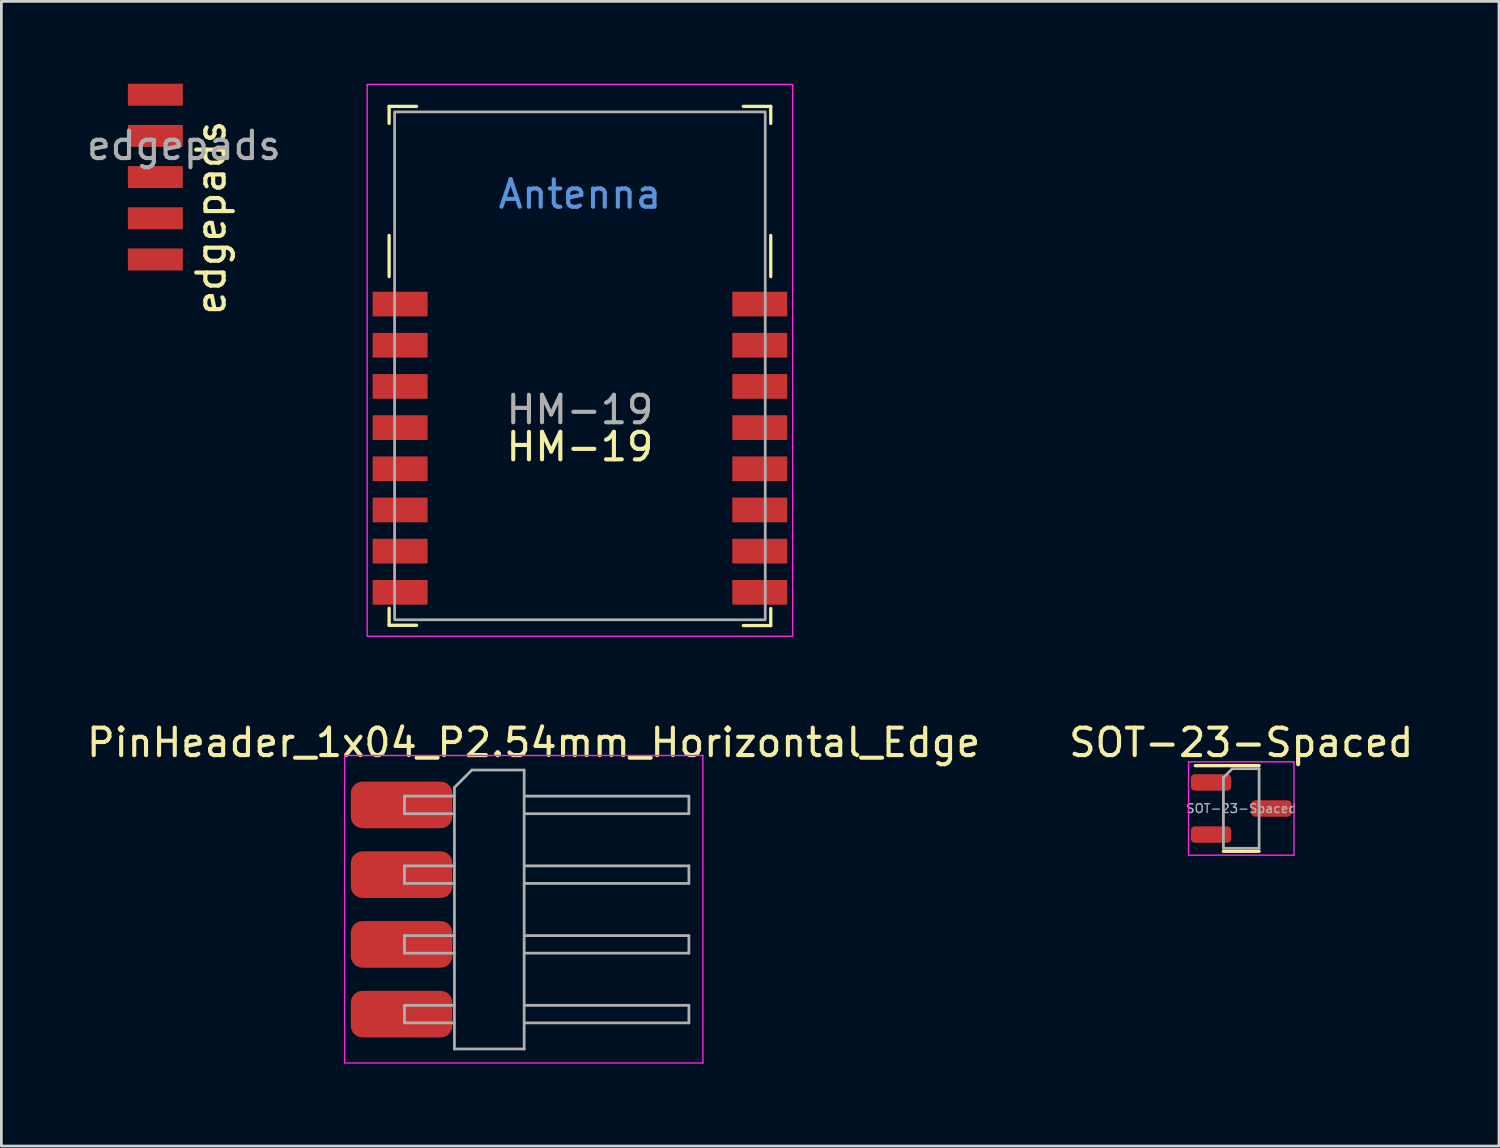
<source format=kicad_pcb>
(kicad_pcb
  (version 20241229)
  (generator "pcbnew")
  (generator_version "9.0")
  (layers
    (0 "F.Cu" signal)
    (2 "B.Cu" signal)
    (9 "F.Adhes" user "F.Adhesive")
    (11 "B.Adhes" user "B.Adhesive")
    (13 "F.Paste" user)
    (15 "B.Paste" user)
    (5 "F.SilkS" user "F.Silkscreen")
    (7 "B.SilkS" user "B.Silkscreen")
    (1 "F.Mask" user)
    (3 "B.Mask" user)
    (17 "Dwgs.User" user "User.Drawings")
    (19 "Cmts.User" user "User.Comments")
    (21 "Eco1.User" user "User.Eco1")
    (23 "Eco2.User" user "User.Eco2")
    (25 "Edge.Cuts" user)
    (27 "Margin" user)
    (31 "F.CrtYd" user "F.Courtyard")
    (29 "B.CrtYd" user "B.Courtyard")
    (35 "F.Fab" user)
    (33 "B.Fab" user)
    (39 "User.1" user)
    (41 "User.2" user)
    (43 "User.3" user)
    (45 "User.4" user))
  (footprint "edgepads"
    (layer "F.Cu")
    (at 2.609 3.352)
    (property "Reference" "edgepads" (at 2.032 1.524 90) (layer "F.SilkS") (effects (font (size 1 1) (thickness 0.15))))
    (attr smd)
    (fp_text user "${REFERENCE}" (at 1.04 -1.1 0) (layer "F.Fab") (effects (font (size 1 1) (thickness 0.15))))
    (pad "1" smd rect (at 0 -2.952) (size 2 0.8) (layers "F.Cu" "F.Mask"))
    (pad "2" smd rect (at 0 -1.452) (size 2 0.8) (layers "F.Cu" "F.Mask"))
    (pad "3" smd rect (at 0 0.048) (size 2 0.8) (layers "F.Cu" "F.Mask"))
    (pad "4" smd rect (at 0 1.548) (size 2 0.8) (layers "F.Cu" "F.Mask"))
    (pad "5" smd rect (at 0 3.048) (size 2 0.8) (layers "F.Cu" "F.Mask")))
  (footprint "HM-19"
    (layer "F.Cu")
    (at 18.073 13.225)
    (property "Reference" "HM-19" (at 0 0 180) (layer "F.SilkS") (effects (font (size 1 1) (thickness 0.15))))
    (attr smd)
    (fp_line (start -6.95 -11.78) (end -6.95 -12.4) (stroke (width 0.12) (type solid)) (layer "F.SilkS"))
    (fp_line (start -6.95 -7.7) (end -6.95 -6.2) (stroke (width 0.12) (type solid)) (layer "F.SilkS"))
    (fp_line (start -6.95 6.5) (end -6.95 5.88) (stroke (width 0.12) (type solid)) (layer "F.SilkS"))
    (fp_line (start -5.95 -12.4) (end -6.95 -12.4) (stroke (width 0.12) (type solid)) (layer "F.SilkS"))
    (fp_line (start -5.95 6.5) (end -6.95 6.5) (stroke (width 0.12) (type solid)) (layer "F.SilkS"))
    (fp_line (start 6.95 -12.4) (end 5.95 -12.4) (stroke (width 0.12) (type solid)) (layer "F.SilkS"))
    (fp_line (start 6.95 -12.4) (end 6.95 -11.78) (stroke (width 0.12) (type solid)) (layer "F.SilkS"))
    (fp_line (start 6.95 -7.7) (end 6.95 -6.2) (stroke (width 0.12) (type solid)) (layer "F.SilkS"))
    (fp_line (start 6.95 5.89) (end 6.95 6.51) (stroke (width 0.12) (type solid)) (layer "F.SilkS"))
    (fp_line (start 6.95 6.51) (end 5.95 6.51) (stroke (width 0.12) (type solid)) (layer "F.SilkS"))
    (fp_rect (start -7.75 6.9) (end 7.75 -13.2) (stroke (width 0.05) (type solid)) (fill no) (layer "F.CrtYd"))
    (fp_rect (start -6.75 -12.2) (end 6.75 6.3) (stroke (width 0.1) (type solid)) (fill no) (layer "F.Fab"))
    (fp_text user "Antenna" (at 0 -9.2 180) (layer "Cmts.User") (effects (font (size 1 1) (thickness 0.15))))
    (fp_text user "${REFERENCE}" (at 0 -1.35 0) (layer "F.Fab") (effects (font (size 1 1) (thickness 0.15))))
    (pad "1" smd rect (at -6.55 -5.2) (size 2 0.9) (layers "F.Cu" "F.Mask" "F.Paste"))
    (pad "2" smd rect (at -6.55 -3.7) (size 2 0.9) (layers "F.Cu" "F.Mask" "F.Paste"))
    (pad "3" smd rect (at -6.55 -2.2) (size 2 0.9) (layers "F.Cu" "F.Mask" "F.Paste"))
    (pad "4" smd rect (at -6.55 -0.7) (size 2 0.9) (layers "F.Cu" "F.Mask" "F.Paste"))
    (pad "5" smd rect (at -6.55 0.8) (size 2 0.9) (layers "F.Cu" "F.Mask" "F.Paste"))
    (pad "6" smd rect (at -6.55 2.3) (size 2 0.9) (layers "F.Cu" "F.Mask" "F.Paste"))
    (pad "7" smd rect (at -6.55 3.8) (size 2 0.9) (layers "F.Cu" "F.Mask" "F.Paste"))
    (pad "8" smd rect (at -6.55 5.3) (size 2 0.9) (layers "F.Cu" "F.Mask" "F.Paste"))
    (pad "9" smd rect (at 6.55 5.3) (size 2 0.9) (layers "F.Cu" "F.Mask" "F.Paste"))
    (pad "10" smd rect (at 6.55 3.8) (size 2 0.9) (layers "F.Cu" "F.Mask" "F.Paste"))
    (pad "11" smd rect (at 6.55 2.3) (size 2 0.9) (layers "F.Cu" "F.Mask" "F.Paste"))
    (pad "12" smd rect (at 6.55 0.8) (size 2 0.9) (layers "F.Cu" "F.Mask" "F.Paste"))
    (pad "13" smd rect (at 6.55 -0.7) (size 2 0.9) (layers "F.Cu" "F.Mask" "F.Paste"))
    (pad "14" smd rect (at 6.55 -2.2) (size 2 0.9) (layers "F.Cu" "F.Mask" "F.Paste"))
    (pad "15" smd rect (at 6.55 -3.7) (size 2 0.9) (layers "F.Cu" "F.Mask" "F.Paste"))
    (pad "16" smd rect (at 6.55 -5.2) (size 2 0.9) (layers "F.Cu" "F.Mask" "F.Paste"))
    (zone (net_name "") (layers "F.Cu" "B.Cu") (name "Antenna") (hatch full 0.508) (connect_pads) (min_thickness 0.254) (filled_areas_thickness no) (keepout (tracks not_allowed) (vias not_allowed) (pads not_allowed) (copperpour not_allowed) (footprints not_allowed)) (placement (enabled no)) (fill) (polygon (pts (xy 24.823 7.025) (xy 11.323 7.025) (xy 11.323 1.025) (xy 24.823 1.025)))))
  (footprint "SOT-23-Spaced"
    (layer "F.Cu")
    (at 42.161 26.398)
    (property "Reference" "SOT-23-Spaced" (at 0 -2.4 0) (layer "F.SilkS") (effects (font (size 1 1) (thickness 0.15))))
    (attr smd)
    (fp_line (start 0 -1.56) (end -1.675 -1.56) (stroke (width 0.12) (type solid)) (layer "F.SilkS"))
    (fp_line (start 0 -1.56) (end 0.65 -1.56) (stroke (width 0.12) (type solid)) (layer "F.SilkS"))
    (fp_line (start 0 1.56) (end -0.65 1.56) (stroke (width 0.12) (type solid)) (layer "F.SilkS"))
    (fp_line (start 0 1.56) (end 0.65 1.56) (stroke (width 0.12) (type solid)) (layer "F.SilkS"))
    (fp_line (start -1.92 -1.7) (end -1.92 1.7) (stroke (width 0.05) (type solid)) (layer "F.CrtYd"))
    (fp_line (start -1.92 1.7) (end 1.92 1.7) (stroke (width 0.05) (type solid)) (layer "F.CrtYd"))
    (fp_line (start 1.92 -1.7) (end -1.92 -1.7) (stroke (width 0.05) (type solid)) (layer "F.CrtYd"))
    (fp_line (start 1.92 1.7) (end 1.92 -1.7) (stroke (width 0.05) (type solid)) (layer "F.CrtYd"))
    (fp_line (start -0.65 -1.125) (end -0.325 -1.45) (stroke (width 0.1) (type solid)) (layer "F.Fab"))
    (fp_line (start -0.65 1.45) (end -0.65 -1.125) (stroke (width 0.1) (type solid)) (layer "F.Fab"))
    (fp_line (start -0.325 -1.45) (end 0.65 -1.45) (stroke (width 0.1) (type solid)) (layer "F.Fab"))
    (fp_line (start 0.65 -1.45) (end 0.65 1.45) (stroke (width 0.1) (type solid)) (layer "F.Fab"))
    (fp_line (start 0.65 1.45) (end -0.65 1.45) (stroke (width 0.1) (type solid)) (layer "F.Fab"))
    (fp_text user "${REFERENCE}" (at 0 0 0) (layer "F.Fab") (effects (font (size 0.32 0.32) (thickness 0.05))))
    (pad "1" smd roundrect (at -1.1 -0.95) (size 1.475 0.6) (layers "F.Cu" "F.Mask" "F.Paste") (roundrect_rratio 0.25))
    (pad "2" smd roundrect (at -1.1 0.95) (size 1.475 0.6) (layers "F.Cu" "F.Mask" "F.Paste") (roundrect_rratio 0.25))
    (pad "3" smd roundrect (at 1.1 0) (size 1.475 0.6) (layers "F.Cu" "F.Mask" "F.Paste") (roundrect_rratio 0.25)))
  (footprint "PinHeader_1x04_P2.54mm_Horizontal_Edge"
    (layer "F.Cu")
    (at 12.002 26.268)
    (property "Reference" "PinHeader_1x04_P2.54mm_Horizontal_Edge" (at 4.385 -2.27 180) (layer "F.SilkS") (effects (font (size 1 1) (thickness 0.15))))
    (attr through_hole)
    (fp_line (start -2.5 -1.8) (end -2.5 9.4) (stroke (width 0.05) (type solid)) (layer "F.CrtYd"))
    (fp_line (start -2.5 9.4) (end 10.55 9.4) (stroke (width 0.05) (type solid)) (layer "F.CrtYd"))
    (fp_line (start 10.55 -1.8) (end -2.5 -1.8) (stroke (width 0.05) (type solid)) (layer "F.CrtYd"))
    (fp_line (start 10.55 9.4) (end 10.55 -1.8) (stroke (width 0.05) (type solid)) (layer "F.CrtYd"))
    (fp_line (start -0.32 -0.32) (end -0.32 0.32) (stroke (width 0.1) (type solid)) (layer "F.Fab"))
    (fp_line (start -0.32 -0.32) (end 1.5 -0.32) (stroke (width 0.1) (type solid)) (layer "F.Fab"))
    (fp_line (start -0.32 0.32) (end 1.5 0.32) (stroke (width 0.1) (type solid)) (layer "F.Fab"))
    (fp_line (start -0.32 2.22) (end -0.32 2.86) (stroke (width 0.1) (type solid)) (layer "F.Fab"))
    (fp_line (start -0.32 2.22) (end 1.5 2.22) (stroke (width 0.1) (type solid)) (layer "F.Fab"))
    (fp_line (start -0.32 2.86) (end 1.5 2.86) (stroke (width 0.1) (type solid)) (layer "F.Fab"))
    (fp_line (start -0.32 4.76) (end -0.32 5.4) (stroke (width 0.1) (type solid)) (layer "F.Fab"))
    (fp_line (start -0.32 4.76) (end 1.5 4.76) (stroke (width 0.1) (type solid)) (layer "F.Fab"))
    (fp_line (start -0.32 5.4) (end 1.5 5.4) (stroke (width 0.1) (type solid)) (layer "F.Fab"))
    (fp_line (start -0.32 7.3) (end -0.32 7.94) (stroke (width 0.1) (type solid)) (layer "F.Fab"))
    (fp_line (start -0.32 7.3) (end 1.5 7.3) (stroke (width 0.1) (type solid)) (layer "F.Fab"))
    (fp_line (start -0.32 7.94) (end 1.5 7.94) (stroke (width 0.1) (type solid)) (layer "F.Fab"))
    (fp_line (start 1.5 -0.635) (end 2.135 -1.27) (stroke (width 0.1) (type solid)) (layer "F.Fab"))
    (fp_line (start 1.5 8.89) (end 1.5 -0.635) (stroke (width 0.1) (type solid)) (layer "F.Fab"))
    (fp_line (start 2.135 -1.27) (end 4.04 -1.27) (stroke (width 0.1) (type solid)) (layer "F.Fab"))
    (fp_line (start 4.04 -1.27) (end 4.04 8.89) (stroke (width 0.1) (type solid)) (layer "F.Fab"))
    (fp_line (start 4.04 -0.32) (end 10.04 -0.32) (stroke (width 0.1) (type solid)) (layer "F.Fab"))
    (fp_line (start 4.04 0.32) (end 10.04 0.32) (stroke (width 0.1) (type solid)) (layer "F.Fab"))
    (fp_line (start 4.04 2.22) (end 10.04 2.22) (stroke (width 0.1) (type solid)) (layer "F.Fab"))
    (fp_line (start 4.04 2.86) (end 10.04 2.86) (stroke (width 0.1) (type solid)) (layer "F.Fab"))
    (fp_line (start 4.04 4.76) (end 10.04 4.76) (stroke (width 0.1) (type solid)) (layer "F.Fab"))
    (fp_line (start 4.04 5.4) (end 10.04 5.4) (stroke (width 0.1) (type solid)) (layer "F.Fab"))
    (fp_line (start 4.04 7.3) (end 10.04 7.3) (stroke (width 0.1) (type solid)) (layer "F.Fab"))
    (fp_line (start 4.04 7.94) (end 10.04 7.94) (stroke (width 0.1) (type solid)) (layer "F.Fab"))
    (fp_line (start 4.04 8.89) (end 1.5 8.89) (stroke (width 0.1) (type solid)) (layer "F.Fab"))
    (fp_line (start 10.04 -0.32) (end 10.04 0.32) (stroke (width 0.1) (type solid)) (layer "F.Fab"))
    (fp_line (start 10.04 2.22) (end 10.04 2.86) (stroke (width 0.1) (type solid)) (layer "F.Fab"))
    (fp_line (start 10.04 4.76) (end 10.04 5.4) (stroke (width 0.1) (type solid)) (layer "F.Fab"))
    (fp_line (start 10.04 7.3) (end 10.04 7.94) (stroke (width 0.1) (type solid)) (layer "F.Fab"))
    (pad "1" smd roundrect (at -0.425 0) (size 3.7 1.7) (layers "F.Cu" "F.Mask") (roundrect_rratio 0.25))
    (pad "2" smd roundrect (at -0.425 2.54) (size 3.7 1.7) (layers "F.Cu" "F.Mask") (roundrect_rratio 0.25))
    (pad "3" smd roundrect (at -0.425 5.08) (size 3.7 1.7) (layers "F.Cu" "F.Mask") (roundrect_rratio 0.25))
    (pad "4" smd roundrect (at -0.425 7.62) (size 3.7 1.7) (layers "F.Cu" "F.Mask") (roundrect_rratio 0.25)))
  (gr_rect
    (start -3 -3)
    (end 51.548 38.693)
    (stroke (width 0.1) (type default))
    (fill no)
    (layer "Edge.Cuts")))
</source>
